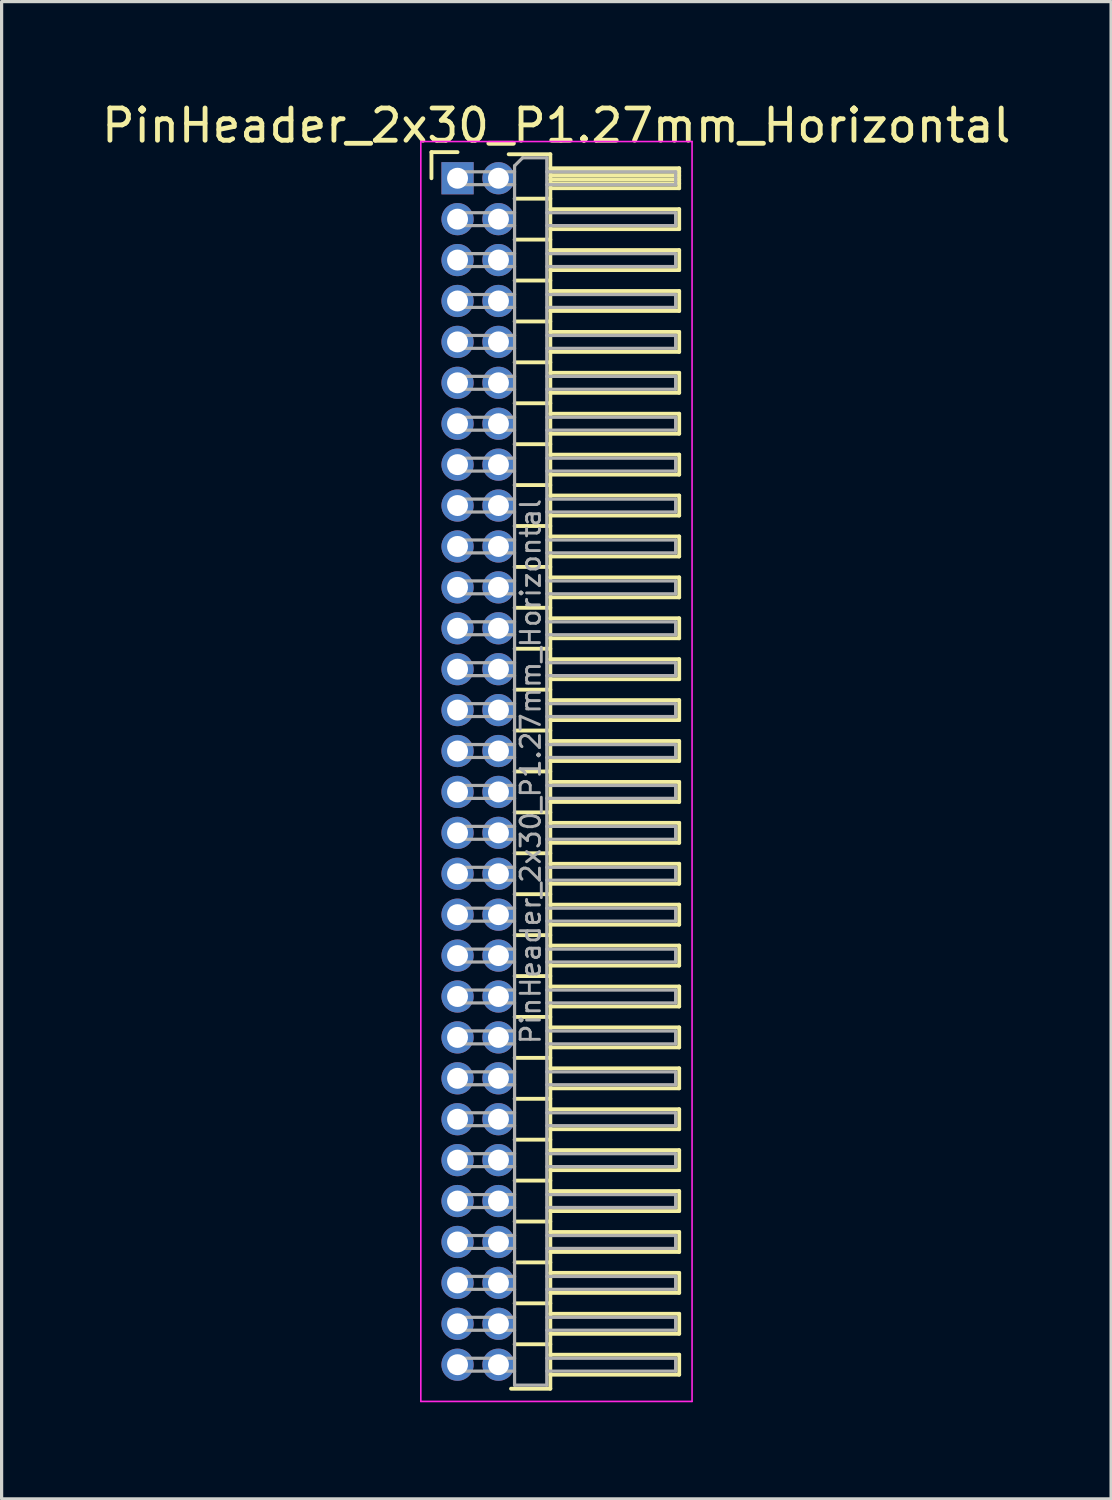
<source format=kicad_pcb>
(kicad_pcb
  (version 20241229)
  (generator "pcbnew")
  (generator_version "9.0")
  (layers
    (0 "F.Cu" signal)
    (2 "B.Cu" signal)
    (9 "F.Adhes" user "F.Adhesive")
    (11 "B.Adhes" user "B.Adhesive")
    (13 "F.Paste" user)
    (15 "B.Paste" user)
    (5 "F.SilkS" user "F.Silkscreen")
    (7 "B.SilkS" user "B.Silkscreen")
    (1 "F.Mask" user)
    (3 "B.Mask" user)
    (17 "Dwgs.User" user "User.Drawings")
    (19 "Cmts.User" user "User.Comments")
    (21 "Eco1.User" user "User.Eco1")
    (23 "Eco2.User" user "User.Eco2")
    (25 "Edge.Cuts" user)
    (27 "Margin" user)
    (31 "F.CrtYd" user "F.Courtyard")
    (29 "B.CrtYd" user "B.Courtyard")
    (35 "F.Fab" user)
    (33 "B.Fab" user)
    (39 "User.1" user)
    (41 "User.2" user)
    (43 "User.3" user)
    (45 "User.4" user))
  (footprint "PinHeader_2x30_P1.27mm_Horizontal"
    (layer "F.Cu")
    (at 11.153 2.483)
    (property "Reference" "PinHeader_2x30_P1.27mm_Horizontal" (at 3.067 -1.635 0) (layer "F.SilkS") (effects (font (size 1 1) (thickness 0.15))))
    (attr through_hole)
    (fp_line (start -0.81 -0.81) (end 0 -0.81) (stroke (width 0.12) (type solid)) (layer "F.SilkS"))
    (fp_line (start -0.81 0) (end -0.81 -0.81) (stroke (width 0.12) (type solid)) (layer "F.SilkS"))
    (fp_line (start 1.588 -0.745) (end 2.88 -0.745) (stroke (width 0.12) (type solid)) (layer "F.SilkS"))
    (fp_line (start 1.773 0.635) (end 2.88 0.635) (stroke (width 0.12) (type solid)) (layer "F.SilkS"))
    (fp_line (start 1.773 1.905) (end 2.88 1.905) (stroke (width 0.12) (type solid)) (layer "F.SilkS"))
    (fp_line (start 1.773 3.175) (end 2.88 3.175) (stroke (width 0.12) (type solid)) (layer "F.SilkS"))
    (fp_line (start 1.773 4.445) (end 2.88 4.445) (stroke (width 0.12) (type solid)) (layer "F.SilkS"))
    (fp_line (start 1.773 5.715) (end 2.88 5.715) (stroke (width 0.12) (type solid)) (layer "F.SilkS"))
    (fp_line (start 1.773 6.985) (end 2.88 6.985) (stroke (width 0.12) (type solid)) (layer "F.SilkS"))
    (fp_line (start 1.773 8.255) (end 2.88 8.255) (stroke (width 0.12) (type solid)) (layer "F.SilkS"))
    (fp_line (start 1.773 9.525) (end 2.88 9.525) (stroke (width 0.12) (type solid)) (layer "F.SilkS"))
    (fp_line (start 1.773 10.795) (end 2.88 10.795) (stroke (width 0.12) (type solid)) (layer "F.SilkS"))
    (fp_line (start 1.773 12.065) (end 2.88 12.065) (stroke (width 0.12) (type solid)) (layer "F.SilkS"))
    (fp_line (start 1.773 13.335) (end 2.88 13.335) (stroke (width 0.12) (type solid)) (layer "F.SilkS"))
    (fp_line (start 1.773 14.605) (end 2.88 14.605) (stroke (width 0.12) (type solid)) (layer "F.SilkS"))
    (fp_line (start 1.773 15.875) (end 2.88 15.875) (stroke (width 0.12) (type solid)) (layer "F.SilkS"))
    (fp_line (start 1.773 17.145) (end 2.88 17.145) (stroke (width 0.12) (type solid)) (layer "F.SilkS"))
    (fp_line (start 1.773 18.415) (end 2.88 18.415) (stroke (width 0.12) (type solid)) (layer "F.SilkS"))
    (fp_line (start 1.773 19.685) (end 2.88 19.685) (stroke (width 0.12) (type solid)) (layer "F.SilkS"))
    (fp_line (start 1.773 20.955) (end 2.88 20.955) (stroke (width 0.12) (type solid)) (layer "F.SilkS"))
    (fp_line (start 1.773 22.225) (end 2.88 22.225) (stroke (width 0.12) (type solid)) (layer "F.SilkS"))
    (fp_line (start 1.773 23.495) (end 2.88 23.495) (stroke (width 0.12) (type solid)) (layer "F.SilkS"))
    (fp_line (start 1.773 24.765) (end 2.88 24.765) (stroke (width 0.12) (type solid)) (layer "F.SilkS"))
    (fp_line (start 1.773 26.035) (end 2.88 26.035) (stroke (width 0.12) (type solid)) (layer "F.SilkS"))
    (fp_line (start 1.773 27.305) (end 2.88 27.305) (stroke (width 0.12) (type solid)) (layer "F.SilkS"))
    (fp_line (start 1.773 28.575) (end 2.88 28.575) (stroke (width 0.12) (type solid)) (layer "F.SilkS"))
    (fp_line (start 1.773 29.845) (end 2.88 29.845) (stroke (width 0.12) (type solid)) (layer "F.SilkS"))
    (fp_line (start 1.773 31.115) (end 2.88 31.115) (stroke (width 0.12) (type solid)) (layer "F.SilkS"))
    (fp_line (start 1.773 32.385) (end 2.88 32.385) (stroke (width 0.12) (type solid)) (layer "F.SilkS"))
    (fp_line (start 1.773 33.655) (end 2.88 33.655) (stroke (width 0.12) (type solid)) (layer "F.SilkS"))
    (fp_line (start 1.773 34.925) (end 2.88 34.925) (stroke (width 0.12) (type solid)) (layer "F.SilkS"))
    (fp_line (start 1.773 36.195) (end 2.88 36.195) (stroke (width 0.12) (type solid)) (layer "F.SilkS"))
    (fp_line (start 2.88 -0.745) (end 2.88 37.575) (stroke (width 0.12) (type solid)) (layer "F.SilkS"))
    (fp_line (start 2.88 -0.31) (end 6.88 -0.31) (stroke (width 0.12) (type solid)) (layer "F.SilkS"))
    (fp_line (start 2.88 -0.2) (end 6.88 -0.2) (stroke (width 0.12) (type solid)) (layer "F.SilkS"))
    (fp_line (start 2.88 -0.08) (end 6.88 -0.08) (stroke (width 0.12) (type solid)) (layer "F.SilkS"))
    (fp_line (start 2.88 0.04) (end 6.88 0.04) (stroke (width 0.12) (type solid)) (layer "F.SilkS"))
    (fp_line (start 2.88 0.16) (end 6.88 0.16) (stroke (width 0.12) (type solid)) (layer "F.SilkS"))
    (fp_line (start 2.88 0.96) (end 6.88 0.96) (stroke (width 0.12) (type solid)) (layer "F.SilkS"))
    (fp_line (start 2.88 2.23) (end 6.88 2.23) (stroke (width 0.12) (type solid)) (layer "F.SilkS"))
    (fp_line (start 2.88 3.5) (end 6.88 3.5) (stroke (width 0.12) (type solid)) (layer "F.SilkS"))
    (fp_line (start 2.88 4.77) (end 6.88 4.77) (stroke (width 0.12) (type solid)) (layer "F.SilkS"))
    (fp_line (start 2.88 6.04) (end 6.88 6.04) (stroke (width 0.12) (type solid)) (layer "F.SilkS"))
    (fp_line (start 2.88 7.31) (end 6.88 7.31) (stroke (width 0.12) (type solid)) (layer "F.SilkS"))
    (fp_line (start 2.88 8.58) (end 6.88 8.58) (stroke (width 0.12) (type solid)) (layer "F.SilkS"))
    (fp_line (start 2.88 9.85) (end 6.88 9.85) (stroke (width 0.12) (type solid)) (layer "F.SilkS"))
    (fp_line (start 2.88 11.12) (end 6.88 11.12) (stroke (width 0.12) (type solid)) (layer "F.SilkS"))
    (fp_line (start 2.88 12.39) (end 6.88 12.39) (stroke (width 0.12) (type solid)) (layer "F.SilkS"))
    (fp_line (start 2.88 13.66) (end 6.88 13.66) (stroke (width 0.12) (type solid)) (layer "F.SilkS"))
    (fp_line (start 2.88 14.93) (end 6.88 14.93) (stroke (width 0.12) (type solid)) (layer "F.SilkS"))
    (fp_line (start 2.88 16.2) (end 6.88 16.2) (stroke (width 0.12) (type solid)) (layer "F.SilkS"))
    (fp_line (start 2.88 17.47) (end 6.88 17.47) (stroke (width 0.12) (type solid)) (layer "F.SilkS"))
    (fp_line (start 2.88 18.74) (end 6.88 18.74) (stroke (width 0.12) (type solid)) (layer "F.SilkS"))
    (fp_line (start 2.88 20.01) (end 6.88 20.01) (stroke (width 0.12) (type solid)) (layer "F.SilkS"))
    (fp_line (start 2.88 21.28) (end 6.88 21.28) (stroke (width 0.12) (type solid)) (layer "F.SilkS"))
    (fp_line (start 2.88 22.55) (end 6.88 22.55) (stroke (width 0.12) (type solid)) (layer "F.SilkS"))
    (fp_line (start 2.88 23.82) (end 6.88 23.82) (stroke (width 0.12) (type solid)) (layer "F.SilkS"))
    (fp_line (start 2.88 25.09) (end 6.88 25.09) (stroke (width 0.12) (type solid)) (layer "F.SilkS"))
    (fp_line (start 2.88 26.36) (end 6.88 26.36) (stroke (width 0.12) (type solid)) (layer "F.SilkS"))
    (fp_line (start 2.88 27.63) (end 6.88 27.63) (stroke (width 0.12) (type solid)) (layer "F.SilkS"))
    (fp_line (start 2.88 28.9) (end 6.88 28.9) (stroke (width 0.12) (type solid)) (layer "F.SilkS"))
    (fp_line (start 2.88 30.17) (end 6.88 30.17) (stroke (width 0.12) (type solid)) (layer "F.SilkS"))
    (fp_line (start 2.88 31.44) (end 6.88 31.44) (stroke (width 0.12) (type solid)) (layer "F.SilkS"))
    (fp_line (start 2.88 32.71) (end 6.88 32.71) (stroke (width 0.12) (type solid)) (layer "F.SilkS"))
    (fp_line (start 2.88 33.98) (end 6.88 33.98) (stroke (width 0.12) (type solid)) (layer "F.SilkS"))
    (fp_line (start 2.88 35.25) (end 6.88 35.25) (stroke (width 0.12) (type solid)) (layer "F.SilkS"))
    (fp_line (start 2.88 36.52) (end 6.88 36.52) (stroke (width 0.12) (type solid)) (layer "F.SilkS"))
    (fp_line (start 2.88 37.575) (end 1.66 37.575) (stroke (width 0.12) (type solid)) (layer "F.SilkS"))
    (fp_line (start 6.88 -0.31) (end 6.88 0.31) (stroke (width 0.12) (type solid)) (layer "F.SilkS"))
    (fp_line (start 6.88 0.31) (end 2.88 0.31) (stroke (width 0.12) (type solid)) (layer "F.SilkS"))
    (fp_line (start 6.88 0.96) (end 6.88 1.58) (stroke (width 0.12) (type solid)) (layer "F.SilkS"))
    (fp_line (start 6.88 1.58) (end 2.88 1.58) (stroke (width 0.12) (type solid)) (layer "F.SilkS"))
    (fp_line (start 6.88 2.23) (end 6.88 2.85) (stroke (width 0.12) (type solid)) (layer "F.SilkS"))
    (fp_line (start 6.88 2.85) (end 2.88 2.85) (stroke (width 0.12) (type solid)) (layer "F.SilkS"))
    (fp_line (start 6.88 3.5) (end 6.88 4.12) (stroke (width 0.12) (type solid)) (layer "F.SilkS"))
    (fp_line (start 6.88 4.12) (end 2.88 4.12) (stroke (width 0.12) (type solid)) (layer "F.SilkS"))
    (fp_line (start 6.88 4.77) (end 6.88 5.39) (stroke (width 0.12) (type solid)) (layer "F.SilkS"))
    (fp_line (start 6.88 5.39) (end 2.88 5.39) (stroke (width 0.12) (type solid)) (layer "F.SilkS"))
    (fp_line (start 6.88 6.04) (end 6.88 6.66) (stroke (width 0.12) (type solid)) (layer "F.SilkS"))
    (fp_line (start 6.88 6.66) (end 2.88 6.66) (stroke (width 0.12) (type solid)) (layer "F.SilkS"))
    (fp_line (start 6.88 7.31) (end 6.88 7.93) (stroke (width 0.12) (type solid)) (layer "F.SilkS"))
    (fp_line (start 6.88 7.93) (end 2.88 7.93) (stroke (width 0.12) (type solid)) (layer "F.SilkS"))
    (fp_line (start 6.88 8.58) (end 6.88 9.2) (stroke (width 0.12) (type solid)) (layer "F.SilkS"))
    (fp_line (start 6.88 9.2) (end 2.88 9.2) (stroke (width 0.12) (type solid)) (layer "F.SilkS"))
    (fp_line (start 6.88 9.85) (end 6.88 10.47) (stroke (width 0.12) (type solid)) (layer "F.SilkS"))
    (fp_line (start 6.88 10.47) (end 2.88 10.47) (stroke (width 0.12) (type solid)) (layer "F.SilkS"))
    (fp_line (start 6.88 11.12) (end 6.88 11.74) (stroke (width 0.12) (type solid)) (layer "F.SilkS"))
    (fp_line (start 6.88 11.74) (end 2.88 11.74) (stroke (width 0.12) (type solid)) (layer "F.SilkS"))
    (fp_line (start 6.88 12.39) (end 6.88 13.01) (stroke (width 0.12) (type solid)) (layer "F.SilkS"))
    (fp_line (start 6.88 13.01) (end 2.88 13.01) (stroke (width 0.12) (type solid)) (layer "F.SilkS"))
    (fp_line (start 6.88 13.66) (end 6.88 14.28) (stroke (width 0.12) (type solid)) (layer "F.SilkS"))
    (fp_line (start 6.88 14.28) (end 2.88 14.28) (stroke (width 0.12) (type solid)) (layer "F.SilkS"))
    (fp_line (start 6.88 14.93) (end 6.88 15.55) (stroke (width 0.12) (type solid)) (layer "F.SilkS"))
    (fp_line (start 6.88 15.55) (end 2.88 15.55) (stroke (width 0.12) (type solid)) (layer "F.SilkS"))
    (fp_line (start 6.88 16.2) (end 6.88 16.82) (stroke (width 0.12) (type solid)) (layer "F.SilkS"))
    (fp_line (start 6.88 16.82) (end 2.88 16.82) (stroke (width 0.12) (type solid)) (layer "F.SilkS"))
    (fp_line (start 6.88 17.47) (end 6.88 18.09) (stroke (width 0.12) (type solid)) (layer "F.SilkS"))
    (fp_line (start 6.88 18.09) (end 2.88 18.09) (stroke (width 0.12) (type solid)) (layer "F.SilkS"))
    (fp_line (start 6.88 18.74) (end 6.88 19.36) (stroke (width 0.12) (type solid)) (layer "F.SilkS"))
    (fp_line (start 6.88 19.36) (end 2.88 19.36) (stroke (width 0.12) (type solid)) (layer "F.SilkS"))
    (fp_line (start 6.88 20.01) (end 6.88 20.63) (stroke (width 0.12) (type solid)) (layer "F.SilkS"))
    (fp_line (start 6.88 20.63) (end 2.88 20.63) (stroke (width 0.12) (type solid)) (layer "F.SilkS"))
    (fp_line (start 6.88 21.28) (end 6.88 21.9) (stroke (width 0.12) (type solid)) (layer "F.SilkS"))
    (fp_line (start 6.88 21.9) (end 2.88 21.9) (stroke (width 0.12) (type solid)) (layer "F.SilkS"))
    (fp_line (start 6.88 22.55) (end 6.88 23.17) (stroke (width 0.12) (type solid)) (layer "F.SilkS"))
    (fp_line (start 6.88 23.17) (end 2.88 23.17) (stroke (width 0.12) (type solid)) (layer "F.SilkS"))
    (fp_line (start 6.88 23.82) (end 6.88 24.44) (stroke (width 0.12) (type solid)) (layer "F.SilkS"))
    (fp_line (start 6.88 24.44) (end 2.88 24.44) (stroke (width 0.12) (type solid)) (layer "F.SilkS"))
    (fp_line (start 6.88 25.09) (end 6.88 25.71) (stroke (width 0.12) (type solid)) (layer "F.SilkS"))
    (fp_line (start 6.88 25.71) (end 2.88 25.71) (stroke (width 0.12) (type solid)) (layer "F.SilkS"))
    (fp_line (start 6.88 26.36) (end 6.88 26.98) (stroke (width 0.12) (type solid)) (layer "F.SilkS"))
    (fp_line (start 6.88 26.98) (end 2.88 26.98) (stroke (width 0.12) (type solid)) (layer "F.SilkS"))
    (fp_line (start 6.88 27.63) (end 6.88 28.25) (stroke (width 0.12) (type solid)) (layer "F.SilkS"))
    (fp_line (start 6.88 28.25) (end 2.88 28.25) (stroke (width 0.12) (type solid)) (layer "F.SilkS"))
    (fp_line (start 6.88 28.9) (end 6.88 29.52) (stroke (width 0.12) (type solid)) (layer "F.SilkS"))
    (fp_line (start 6.88 29.52) (end 2.88 29.52) (stroke (width 0.12) (type solid)) (layer "F.SilkS"))
    (fp_line (start 6.88 30.17) (end 6.88 30.79) (stroke (width 0.12) (type solid)) (layer "F.SilkS"))
    (fp_line (start 6.88 30.79) (end 2.88 30.79) (stroke (width 0.12) (type solid)) (layer "F.SilkS"))
    (fp_line (start 6.88 31.44) (end 6.88 32.06) (stroke (width 0.12) (type solid)) (layer "F.SilkS"))
    (fp_line (start 6.88 32.06) (end 2.88 32.06) (stroke (width 0.12) (type solid)) (layer "F.SilkS"))
    (fp_line (start 6.88 32.71) (end 6.88 33.33) (stroke (width 0.12) (type solid)) (layer "F.SilkS"))
    (fp_line (start 6.88 33.33) (end 2.88 33.33) (stroke (width 0.12) (type solid)) (layer "F.SilkS"))
    (fp_line (start 6.88 33.98) (end 6.88 34.6) (stroke (width 0.12) (type solid)) (layer "F.SilkS"))
    (fp_line (start 6.88 34.6) (end 2.88 34.6) (stroke (width 0.12) (type solid)) (layer "F.SilkS"))
    (fp_line (start 6.88 35.25) (end 6.88 35.87) (stroke (width 0.12) (type solid)) (layer "F.SilkS"))
    (fp_line (start 6.88 35.87) (end 2.88 35.87) (stroke (width 0.12) (type solid)) (layer "F.SilkS"))
    (fp_line (start 6.88 36.52) (end 6.88 37.14) (stroke (width 0.12) (type solid)) (layer "F.SilkS"))
    (fp_line (start 6.88 37.14) (end 2.88 37.14) (stroke (width 0.12) (type solid)) (layer "F.SilkS"))
    (fp_line (start -1.14 -1.14) (end -1.14 37.97) (stroke (width 0.05) (type solid)) (layer "F.CrtYd"))
    (fp_line (start -1.14 37.97) (end 7.28 37.97) (stroke (width 0.05) (type solid)) (layer "F.CrtYd"))
    (fp_line (start 7.28 -1.14) (end -1.14 -1.14) (stroke (width 0.05) (type solid)) (layer "F.CrtYd"))
    (fp_line (start 7.28 37.97) (end 7.28 -1.14) (stroke (width 0.05) (type solid)) (layer "F.CrtYd"))
    (fp_line (start -0.2 -0.2) (end -0.2 0.2) (stroke (width 0.1) (type solid)) (layer "F.Fab"))
    (fp_line (start -0.2 -0.2) (end 1.77 -0.2) (stroke (width 0.1) (type solid)) (layer "F.Fab"))
    (fp_line (start -0.2 0.2) (end 1.77 0.2) (stroke (width 0.1) (type solid)) (layer "F.Fab"))
    (fp_line (start -0.2 1.07) (end -0.2 1.47) (stroke (width 0.1) (type solid)) (layer "F.Fab"))
    (fp_line (start -0.2 1.07) (end 1.77 1.07) (stroke (width 0.1) (type solid)) (layer "F.Fab"))
    (fp_line (start -0.2 1.47) (end 1.77 1.47) (stroke (width 0.1) (type solid)) (layer "F.Fab"))
    (fp_line (start -0.2 2.34) (end -0.2 2.74) (stroke (width 0.1) (type solid)) (layer "F.Fab"))
    (fp_line (start -0.2 2.34) (end 1.77 2.34) (stroke (width 0.1) (type solid)) (layer "F.Fab"))
    (fp_line (start -0.2 2.74) (end 1.77 2.74) (stroke (width 0.1) (type solid)) (layer "F.Fab"))
    (fp_line (start -0.2 3.61) (end -0.2 4.01) (stroke (width 0.1) (type solid)) (layer "F.Fab"))
    (fp_line (start -0.2 3.61) (end 1.77 3.61) (stroke (width 0.1) (type solid)) (layer "F.Fab"))
    (fp_line (start -0.2 4.01) (end 1.77 4.01) (stroke (width 0.1) (type solid)) (layer "F.Fab"))
    (fp_line (start -0.2 4.88) (end -0.2 5.28) (stroke (width 0.1) (type solid)) (layer "F.Fab"))
    (fp_line (start -0.2 4.88) (end 1.77 4.88) (stroke (width 0.1) (type solid)) (layer "F.Fab"))
    (fp_line (start -0.2 5.28) (end 1.77 5.28) (stroke (width 0.1) (type solid)) (layer "F.Fab"))
    (fp_line (start -0.2 6.15) (end -0.2 6.55) (stroke (width 0.1) (type solid)) (layer "F.Fab"))
    (fp_line (start -0.2 6.15) (end 1.77 6.15) (stroke (width 0.1) (type solid)) (layer "F.Fab"))
    (fp_line (start -0.2 6.55) (end 1.77 6.55) (stroke (width 0.1) (type solid)) (layer "F.Fab"))
    (fp_line (start -0.2 7.42) (end -0.2 7.82) (stroke (width 0.1) (type solid)) (layer "F.Fab"))
    (fp_line (start -0.2 7.42) (end 1.77 7.42) (stroke (width 0.1) (type solid)) (layer "F.Fab"))
    (fp_line (start -0.2 7.82) (end 1.77 7.82) (stroke (width 0.1) (type solid)) (layer "F.Fab"))
    (fp_line (start -0.2 8.69) (end -0.2 9.09) (stroke (width 0.1) (type solid)) (layer "F.Fab"))
    (fp_line (start -0.2 8.69) (end 1.77 8.69) (stroke (width 0.1) (type solid)) (layer "F.Fab"))
    (fp_line (start -0.2 9.09) (end 1.77 9.09) (stroke (width 0.1) (type solid)) (layer "F.Fab"))
    (fp_line (start -0.2 9.96) (end -0.2 10.36) (stroke (width 0.1) (type solid)) (layer "F.Fab"))
    (fp_line (start -0.2 9.96) (end 1.77 9.96) (stroke (width 0.1) (type solid)) (layer "F.Fab"))
    (fp_line (start -0.2 10.36) (end 1.77 10.36) (stroke (width 0.1) (type solid)) (layer "F.Fab"))
    (fp_line (start -0.2 11.23) (end -0.2 11.63) (stroke (width 0.1) (type solid)) (layer "F.Fab"))
    (fp_line (start -0.2 11.23) (end 1.77 11.23) (stroke (width 0.1) (type solid)) (layer "F.Fab"))
    (fp_line (start -0.2 11.63) (end 1.77 11.63) (stroke (width 0.1) (type solid)) (layer "F.Fab"))
    (fp_line (start -0.2 12.5) (end -0.2 12.9) (stroke (width 0.1) (type solid)) (layer "F.Fab"))
    (fp_line (start -0.2 12.5) (end 1.77 12.5) (stroke (width 0.1) (type solid)) (layer "F.Fab"))
    (fp_line (start -0.2 12.9) (end 1.77 12.9) (stroke (width 0.1) (type solid)) (layer "F.Fab"))
    (fp_line (start -0.2 13.77) (end -0.2 14.17) (stroke (width 0.1) (type solid)) (layer "F.Fab"))
    (fp_line (start -0.2 13.77) (end 1.77 13.77) (stroke (width 0.1) (type solid)) (layer "F.Fab"))
    (fp_line (start -0.2 14.17) (end 1.77 14.17) (stroke (width 0.1) (type solid)) (layer "F.Fab"))
    (fp_line (start -0.2 15.04) (end -0.2 15.44) (stroke (width 0.1) (type solid)) (layer "F.Fab"))
    (fp_line (start -0.2 15.04) (end 1.77 15.04) (stroke (width 0.1) (type solid)) (layer "F.Fab"))
    (fp_line (start -0.2 15.44) (end 1.77 15.44) (stroke (width 0.1) (type solid)) (layer "F.Fab"))
    (fp_line (start -0.2 16.31) (end -0.2 16.71) (stroke (width 0.1) (type solid)) (layer "F.Fab"))
    (fp_line (start -0.2 16.31) (end 1.77 16.31) (stroke (width 0.1) (type solid)) (layer "F.Fab"))
    (fp_line (start -0.2 16.71) (end 1.77 16.71) (stroke (width 0.1) (type solid)) (layer "F.Fab"))
    (fp_line (start -0.2 17.58) (end -0.2 17.98) (stroke (width 0.1) (type solid)) (layer "F.Fab"))
    (fp_line (start -0.2 17.58) (end 1.77 17.58) (stroke (width 0.1) (type solid)) (layer "F.Fab"))
    (fp_line (start -0.2 17.98) (end 1.77 17.98) (stroke (width 0.1) (type solid)) (layer "F.Fab"))
    (fp_line (start -0.2 18.85) (end -0.2 19.25) (stroke (width 0.1) (type solid)) (layer "F.Fab"))
    (fp_line (start -0.2 18.85) (end 1.77 18.85) (stroke (width 0.1) (type solid)) (layer "F.Fab"))
    (fp_line (start -0.2 19.25) (end 1.77 19.25) (stroke (width 0.1) (type solid)) (layer "F.Fab"))
    (fp_line (start -0.2 20.12) (end -0.2 20.52) (stroke (width 0.1) (type solid)) (layer "F.Fab"))
    (fp_line (start -0.2 20.12) (end 1.77 20.12) (stroke (width 0.1) (type solid)) (layer "F.Fab"))
    (fp_line (start -0.2 20.52) (end 1.77 20.52) (stroke (width 0.1) (type solid)) (layer "F.Fab"))
    (fp_line (start -0.2 21.39) (end -0.2 21.79) (stroke (width 0.1) (type solid)) (layer "F.Fab"))
    (fp_line (start -0.2 21.39) (end 1.77 21.39) (stroke (width 0.1) (type solid)) (layer "F.Fab"))
    (fp_line (start -0.2 21.79) (end 1.77 21.79) (stroke (width 0.1) (type solid)) (layer "F.Fab"))
    (fp_line (start -0.2 22.66) (end -0.2 23.06) (stroke (width 0.1) (type solid)) (layer "F.Fab"))
    (fp_line (start -0.2 22.66) (end 1.77 22.66) (stroke (width 0.1) (type solid)) (layer "F.Fab"))
    (fp_line (start -0.2 23.06) (end 1.77 23.06) (stroke (width 0.1) (type solid)) (layer "F.Fab"))
    (fp_line (start -0.2 23.93) (end -0.2 24.33) (stroke (width 0.1) (type solid)) (layer "F.Fab"))
    (fp_line (start -0.2 23.93) (end 1.77 23.93) (stroke (width 0.1) (type solid)) (layer "F.Fab"))
    (fp_line (start -0.2 24.33) (end 1.77 24.33) (stroke (width 0.1) (type solid)) (layer "F.Fab"))
    (fp_line (start -0.2 25.2) (end -0.2 25.6) (stroke (width 0.1) (type solid)) (layer "F.Fab"))
    (fp_line (start -0.2 25.2) (end 1.77 25.2) (stroke (width 0.1) (type solid)) (layer "F.Fab"))
    (fp_line (start -0.2 25.6) (end 1.77 25.6) (stroke (width 0.1) (type solid)) (layer "F.Fab"))
    (fp_line (start -0.2 26.47) (end -0.2 26.87) (stroke (width 0.1) (type solid)) (layer "F.Fab"))
    (fp_line (start -0.2 26.47) (end 1.77 26.47) (stroke (width 0.1) (type solid)) (layer "F.Fab"))
    (fp_line (start -0.2 26.87) (end 1.77 26.87) (stroke (width 0.1) (type solid)) (layer "F.Fab"))
    (fp_line (start -0.2 27.74) (end -0.2 28.14) (stroke (width 0.1) (type solid)) (layer "F.Fab"))
    (fp_line (start -0.2 27.74) (end 1.77 27.74) (stroke (width 0.1) (type solid)) (layer "F.Fab"))
    (fp_line (start -0.2 28.14) (end 1.77 28.14) (stroke (width 0.1) (type solid)) (layer "F.Fab"))
    (fp_line (start -0.2 29.01) (end -0.2 29.41) (stroke (width 0.1) (type solid)) (layer "F.Fab"))
    (fp_line (start -0.2 29.01) (end 1.77 29.01) (stroke (width 0.1) (type solid)) (layer "F.Fab"))
    (fp_line (start -0.2 29.41) (end 1.77 29.41) (stroke (width 0.1) (type solid)) (layer "F.Fab"))
    (fp_line (start -0.2 30.28) (end -0.2 30.68) (stroke (width 0.1) (type solid)) (layer "F.Fab"))
    (fp_line (start -0.2 30.28) (end 1.77 30.28) (stroke (width 0.1) (type solid)) (layer "F.Fab"))
    (fp_line (start -0.2 30.68) (end 1.77 30.68) (stroke (width 0.1) (type solid)) (layer "F.Fab"))
    (fp_line (start -0.2 31.55) (end -0.2 31.95) (stroke (width 0.1) (type solid)) (layer "F.Fab"))
    (fp_line (start -0.2 31.55) (end 1.77 31.55) (stroke (width 0.1) (type solid)) (layer "F.Fab"))
    (fp_line (start -0.2 31.95) (end 1.77 31.95) (stroke (width 0.1) (type solid)) (layer "F.Fab"))
    (fp_line (start -0.2 32.82) (end -0.2 33.22) (stroke (width 0.1) (type solid)) (layer "F.Fab"))
    (fp_line (start -0.2 32.82) (end 1.77 32.82) (stroke (width 0.1) (type solid)) (layer "F.Fab"))
    (fp_line (start -0.2 33.22) (end 1.77 33.22) (stroke (width 0.1) (type solid)) (layer "F.Fab"))
    (fp_line (start -0.2 34.09) (end -0.2 34.49) (stroke (width 0.1) (type solid)) (layer "F.Fab"))
    (fp_line (start -0.2 34.09) (end 1.77 34.09) (stroke (width 0.1) (type solid)) (layer "F.Fab"))
    (fp_line (start -0.2 34.49) (end 1.77 34.49) (stroke (width 0.1) (type solid)) (layer "F.Fab"))
    (fp_line (start -0.2 35.36) (end -0.2 35.76) (stroke (width 0.1) (type solid)) (layer "F.Fab"))
    (fp_line (start -0.2 35.36) (end 1.77 35.36) (stroke (width 0.1) (type solid)) (layer "F.Fab"))
    (fp_line (start -0.2 35.76) (end 1.77 35.76) (stroke (width 0.1) (type solid)) (layer "F.Fab"))
    (fp_line (start -0.2 36.63) (end -0.2 37.03) (stroke (width 0.1) (type solid)) (layer "F.Fab"))
    (fp_line (start -0.2 36.63) (end 1.77 36.63) (stroke (width 0.1) (type solid)) (layer "F.Fab"))
    (fp_line (start -0.2 37.03) (end 1.77 37.03) (stroke (width 0.1) (type solid)) (layer "F.Fab"))
    (fp_line (start 1.77 -0.385) (end 2.02 -0.635) (stroke (width 0.1) (type solid)) (layer "F.Fab"))
    (fp_line (start 1.77 37.465) (end 1.77 -0.385) (stroke (width 0.1) (type solid)) (layer "F.Fab"))
    (fp_line (start 2.02 -0.635) (end 2.77 -0.635) (stroke (width 0.1) (type solid)) (layer "F.Fab"))
    (fp_line (start 2.77 -0.635) (end 2.77 37.465) (stroke (width 0.1) (type solid)) (layer "F.Fab"))
    (fp_line (start 2.77 -0.2) (end 6.77 -0.2) (stroke (width 0.1) (type solid)) (layer "F.Fab"))
    (fp_line (start 2.77 0.2) (end 6.77 0.2) (stroke (width 0.1) (type solid)) (layer "F.Fab"))
    (fp_line (start 2.77 1.07) (end 6.77 1.07) (stroke (width 0.1) (type solid)) (layer "F.Fab"))
    (fp_line (start 2.77 1.47) (end 6.77 1.47) (stroke (width 0.1) (type solid)) (layer "F.Fab"))
    (fp_line (start 2.77 2.34) (end 6.77 2.34) (stroke (width 0.1) (type solid)) (layer "F.Fab"))
    (fp_line (start 2.77 2.74) (end 6.77 2.74) (stroke (width 0.1) (type solid)) (layer "F.Fab"))
    (fp_line (start 2.77 3.61) (end 6.77 3.61) (stroke (width 0.1) (type solid)) (layer "F.Fab"))
    (fp_line (start 2.77 4.01) (end 6.77 4.01) (stroke (width 0.1) (type solid)) (layer "F.Fab"))
    (fp_line (start 2.77 4.88) (end 6.77 4.88) (stroke (width 0.1) (type solid)) (layer "F.Fab"))
    (fp_line (start 2.77 5.28) (end 6.77 5.28) (stroke (width 0.1) (type solid)) (layer "F.Fab"))
    (fp_line (start 2.77 6.15) (end 6.77 6.15) (stroke (width 0.1) (type solid)) (layer "F.Fab"))
    (fp_line (start 2.77 6.55) (end 6.77 6.55) (stroke (width 0.1) (type solid)) (layer "F.Fab"))
    (fp_line (start 2.77 7.42) (end 6.77 7.42) (stroke (width 0.1) (type solid)) (layer "F.Fab"))
    (fp_line (start 2.77 7.82) (end 6.77 7.82) (stroke (width 0.1) (type solid)) (layer "F.Fab"))
    (fp_line (start 2.77 8.69) (end 6.77 8.69) (stroke (width 0.1) (type solid)) (layer "F.Fab"))
    (fp_line (start 2.77 9.09) (end 6.77 9.09) (stroke (width 0.1) (type solid)) (layer "F.Fab"))
    (fp_line (start 2.77 9.96) (end 6.77 9.96) (stroke (width 0.1) (type solid)) (layer "F.Fab"))
    (fp_line (start 2.77 10.36) (end 6.77 10.36) (stroke (width 0.1) (type solid)) (layer "F.Fab"))
    (fp_line (start 2.77 11.23) (end 6.77 11.23) (stroke (width 0.1) (type solid)) (layer "F.Fab"))
    (fp_line (start 2.77 11.63) (end 6.77 11.63) (stroke (width 0.1) (type solid)) (layer "F.Fab"))
    (fp_line (start 2.77 12.5) (end 6.77 12.5) (stroke (width 0.1) (type solid)) (layer "F.Fab"))
    (fp_line (start 2.77 12.9) (end 6.77 12.9) (stroke (width 0.1) (type solid)) (layer "F.Fab"))
    (fp_line (start 2.77 13.77) (end 6.77 13.77) (stroke (width 0.1) (type solid)) (layer "F.Fab"))
    (fp_line (start 2.77 14.17) (end 6.77 14.17) (stroke (width 0.1) (type solid)) (layer "F.Fab"))
    (fp_line (start 2.77 15.04) (end 6.77 15.04) (stroke (width 0.1) (type solid)) (layer "F.Fab"))
    (fp_line (start 2.77 15.44) (end 6.77 15.44) (stroke (width 0.1) (type solid)) (layer "F.Fab"))
    (fp_line (start 2.77 16.31) (end 6.77 16.31) (stroke (width 0.1) (type solid)) (layer "F.Fab"))
    (fp_line (start 2.77 16.71) (end 6.77 16.71) (stroke (width 0.1) (type solid)) (layer "F.Fab"))
    (fp_line (start 2.77 17.58) (end 6.77 17.58) (stroke (width 0.1) (type solid)) (layer "F.Fab"))
    (fp_line (start 2.77 17.98) (end 6.77 17.98) (stroke (width 0.1) (type solid)) (layer "F.Fab"))
    (fp_line (start 2.77 18.85) (end 6.77 18.85) (stroke (width 0.1) (type solid)) (layer "F.Fab"))
    (fp_line (start 2.77 19.25) (end 6.77 19.25) (stroke (width 0.1) (type solid)) (layer "F.Fab"))
    (fp_line (start 2.77 20.12) (end 6.77 20.12) (stroke (width 0.1) (type solid)) (layer "F.Fab"))
    (fp_line (start 2.77 20.52) (end 6.77 20.52) (stroke (width 0.1) (type solid)) (layer "F.Fab"))
    (fp_line (start 2.77 21.39) (end 6.77 21.39) (stroke (width 0.1) (type solid)) (layer "F.Fab"))
    (fp_line (start 2.77 21.79) (end 6.77 21.79) (stroke (width 0.1) (type solid)) (layer "F.Fab"))
    (fp_line (start 2.77 22.66) (end 6.77 22.66) (stroke (width 0.1) (type solid)) (layer "F.Fab"))
    (fp_line (start 2.77 23.06) (end 6.77 23.06) (stroke (width 0.1) (type solid)) (layer "F.Fab"))
    (fp_line (start 2.77 23.93) (end 6.77 23.93) (stroke (width 0.1) (type solid)) (layer "F.Fab"))
    (fp_line (start 2.77 24.33) (end 6.77 24.33) (stroke (width 0.1) (type solid)) (layer "F.Fab"))
    (fp_line (start 2.77 25.2) (end 6.77 25.2) (stroke (width 0.1) (type solid)) (layer "F.Fab"))
    (fp_line (start 2.77 25.6) (end 6.77 25.6) (stroke (width 0.1) (type solid)) (layer "F.Fab"))
    (fp_line (start 2.77 26.47) (end 6.77 26.47) (stroke (width 0.1) (type solid)) (layer "F.Fab"))
    (fp_line (start 2.77 26.87) (end 6.77 26.87) (stroke (width 0.1) (type solid)) (layer "F.Fab"))
    (fp_line (start 2.77 27.74) (end 6.77 27.74) (stroke (width 0.1) (type solid)) (layer "F.Fab"))
    (fp_line (start 2.77 28.14) (end 6.77 28.14) (stroke (width 0.1) (type solid)) (layer "F.Fab"))
    (fp_line (start 2.77 29.01) (end 6.77 29.01) (stroke (width 0.1) (type solid)) (layer "F.Fab"))
    (fp_line (start 2.77 29.41) (end 6.77 29.41) (stroke (width 0.1) (type solid)) (layer "F.Fab"))
    (fp_line (start 2.77 30.28) (end 6.77 30.28) (stroke (width 0.1) (type solid)) (layer "F.Fab"))
    (fp_line (start 2.77 30.68) (end 6.77 30.68) (stroke (width 0.1) (type solid)) (layer "F.Fab"))
    (fp_line (start 2.77 31.55) (end 6.77 31.55) (stroke (width 0.1) (type solid)) (layer "F.Fab"))
    (fp_line (start 2.77 31.95) (end 6.77 31.95) (stroke (width 0.1) (type solid)) (layer "F.Fab"))
    (fp_line (start 2.77 32.82) (end 6.77 32.82) (stroke (width 0.1) (type solid)) (layer "F.Fab"))
    (fp_line (start 2.77 33.22) (end 6.77 33.22) (stroke (width 0.1) (type solid)) (layer "F.Fab"))
    (fp_line (start 2.77 34.09) (end 6.77 34.09) (stroke (width 0.1) (type solid)) (layer "F.Fab"))
    (fp_line (start 2.77 34.49) (end 6.77 34.49) (stroke (width 0.1) (type solid)) (layer "F.Fab"))
    (fp_line (start 2.77 35.36) (end 6.77 35.36) (stroke (width 0.1) (type solid)) (layer "F.Fab"))
    (fp_line (start 2.77 35.76) (end 6.77 35.76) (stroke (width 0.1) (type solid)) (layer "F.Fab"))
    (fp_line (start 2.77 36.63) (end 6.77 36.63) (stroke (width 0.1) (type solid)) (layer "F.Fab"))
    (fp_line (start 2.77 37.03) (end 6.77 37.03) (stroke (width 0.1) (type solid)) (layer "F.Fab"))
    (fp_line (start 2.77 37.465) (end 1.77 37.465) (stroke (width 0.1) (type solid)) (layer "F.Fab"))
    (fp_line (start 6.77 -0.2) (end 6.77 0.2) (stroke (width 0.1) (type solid)) (layer "F.Fab"))
    (fp_line (start 6.77 1.07) (end 6.77 1.47) (stroke (width 0.1) (type solid)) (layer "F.Fab"))
    (fp_line (start 6.77 2.34) (end 6.77 2.74) (stroke (width 0.1) (type solid)) (layer "F.Fab"))
    (fp_line (start 6.77 3.61) (end 6.77 4.01) (stroke (width 0.1) (type solid)) (layer "F.Fab"))
    (fp_line (start 6.77 4.88) (end 6.77 5.28) (stroke (width 0.1) (type solid)) (layer "F.Fab"))
    (fp_line (start 6.77 6.15) (end 6.77 6.55) (stroke (width 0.1) (type solid)) (layer "F.Fab"))
    (fp_line (start 6.77 7.42) (end 6.77 7.82) (stroke (width 0.1) (type solid)) (layer "F.Fab"))
    (fp_line (start 6.77 8.69) (end 6.77 9.09) (stroke (width 0.1) (type solid)) (layer "F.Fab"))
    (fp_line (start 6.77 9.96) (end 6.77 10.36) (stroke (width 0.1) (type solid)) (layer "F.Fab"))
    (fp_line (start 6.77 11.23) (end 6.77 11.63) (stroke (width 0.1) (type solid)) (layer "F.Fab"))
    (fp_line (start 6.77 12.5) (end 6.77 12.9) (stroke (width 0.1) (type solid)) (layer "F.Fab"))
    (fp_line (start 6.77 13.77) (end 6.77 14.17) (stroke (width 0.1) (type solid)) (layer "F.Fab"))
    (fp_line (start 6.77 15.04) (end 6.77 15.44) (stroke (width 0.1) (type solid)) (layer "F.Fab"))
    (fp_line (start 6.77 16.31) (end 6.77 16.71) (stroke (width 0.1) (type solid)) (layer "F.Fab"))
    (fp_line (start 6.77 17.58) (end 6.77 17.98) (stroke (width 0.1) (type solid)) (layer "F.Fab"))
    (fp_line (start 6.77 18.85) (end 6.77 19.25) (stroke (width 0.1) (type solid)) (layer "F.Fab"))
    (fp_line (start 6.77 20.12) (end 6.77 20.52) (stroke (width 0.1) (type solid)) (layer "F.Fab"))
    (fp_line (start 6.77 21.39) (end 6.77 21.79) (stroke (width 0.1) (type solid)) (layer "F.Fab"))
    (fp_line (start 6.77 22.66) (end 6.77 23.06) (stroke (width 0.1) (type solid)) (layer "F.Fab"))
    (fp_line (start 6.77 23.93) (end 6.77 24.33) (stroke (width 0.1) (type solid)) (layer "F.Fab"))
    (fp_line (start 6.77 25.2) (end 6.77 25.6) (stroke (width 0.1) (type solid)) (layer "F.Fab"))
    (fp_line (start 6.77 26.47) (end 6.77 26.87) (stroke (width 0.1) (type solid)) (layer "F.Fab"))
    (fp_line (start 6.77 27.74) (end 6.77 28.14) (stroke (width 0.1) (type solid)) (layer "F.Fab"))
    (fp_line (start 6.77 29.01) (end 6.77 29.41) (stroke (width 0.1) (type solid)) (layer "F.Fab"))
    (fp_line (start 6.77 30.28) (end 6.77 30.68) (stroke (width 0.1) (type solid)) (layer "F.Fab"))
    (fp_line (start 6.77 31.55) (end 6.77 31.95) (stroke (width 0.1) (type solid)) (layer "F.Fab"))
    (fp_line (start 6.77 32.82) (end 6.77 33.22) (stroke (width 0.1) (type solid)) (layer "F.Fab"))
    (fp_line (start 6.77 34.09) (end 6.77 34.49) (stroke (width 0.1) (type solid)) (layer "F.Fab"))
    (fp_line (start 6.77 35.36) (end 6.77 35.76) (stroke (width 0.1) (type solid)) (layer "F.Fab"))
    (fp_line (start 6.77 36.63) (end 6.77 37.03) (stroke (width 0.1) (type solid)) (layer "F.Fab"))
    (fp_text user "${REFERENCE}" (at 2.27 18.415 90) (layer "F.Fab") (effects (font (size 0.6 0.6) (thickness 0.09))))
    (pad "1" thru_hole rect (at 0 0) (size 1 1) (drill 0.65) (layers "*.Cu" "*.Mask"))
    (pad "2" thru_hole circle (at 1.27 0) (size 1 1) (drill 0.65) (layers "*.Cu" "*.Mask"))
    (pad "3" thru_hole circle (at 0 1.27) (size 1 1) (drill 0.65) (layers "*.Cu" "*.Mask"))
    (pad "4" thru_hole circle (at 1.27 1.27) (size 1 1) (drill 0.65) (layers "*.Cu" "*.Mask"))
    (pad "5" thru_hole circle (at 0 2.54) (size 1 1) (drill 0.65) (layers "*.Cu" "*.Mask"))
    (pad "6" thru_hole circle (at 1.27 2.54) (size 1 1) (drill 0.65) (layers "*.Cu" "*.Mask"))
    (pad "7" thru_hole circle (at 0 3.81) (size 1 1) (drill 0.65) (layers "*.Cu" "*.Mask"))
    (pad "8" thru_hole circle (at 1.27 3.81) (size 1 1) (drill 0.65) (layers "*.Cu" "*.Mask"))
    (pad "9" thru_hole circle (at 0 5.08) (size 1 1) (drill 0.65) (layers "*.Cu" "*.Mask"))
    (pad "10" thru_hole circle (at 1.27 5.08) (size 1 1) (drill 0.65) (layers "*.Cu" "*.Mask"))
    (pad "11" thru_hole circle (at 0 6.35) (size 1 1) (drill 0.65) (layers "*.Cu" "*.Mask"))
    (pad "12" thru_hole circle (at 1.27 6.35) (size 1 1) (drill 0.65) (layers "*.Cu" "*.Mask"))
    (pad "13" thru_hole circle (at 0 7.62) (size 1 1) (drill 0.65) (layers "*.Cu" "*.Mask"))
    (pad "14" thru_hole circle (at 1.27 7.62) (size 1 1) (drill 0.65) (layers "*.Cu" "*.Mask"))
    (pad "15" thru_hole circle (at 0 8.89) (size 1 1) (drill 0.65) (layers "*.Cu" "*.Mask"))
    (pad "16" thru_hole circle (at 1.27 8.89) (size 1 1) (drill 0.65) (layers "*.Cu" "*.Mask"))
    (pad "17" thru_hole circle (at 0 10.16) (size 1 1) (drill 0.65) (layers "*.Cu" "*.Mask"))
    (pad "18" thru_hole circle (at 1.27 10.16) (size 1 1) (drill 0.65) (layers "*.Cu" "*.Mask"))
    (pad "19" thru_hole circle (at 0 11.43) (size 1 1) (drill 0.65) (layers "*.Cu" "*.Mask"))
    (pad "20" thru_hole circle (at 1.27 11.43) (size 1 1) (drill 0.65) (layers "*.Cu" "*.Mask"))
    (pad "21" thru_hole circle (at 0 12.7) (size 1 1) (drill 0.65) (layers "*.Cu" "*.Mask"))
    (pad "22" thru_hole circle (at 1.27 12.7) (size 1 1) (drill 0.65) (layers "*.Cu" "*.Mask"))
    (pad "23" thru_hole circle (at 0 13.97) (size 1 1) (drill 0.65) (layers "*.Cu" "*.Mask"))
    (pad "24" thru_hole circle (at 1.27 13.97) (size 1 1) (drill 0.65) (layers "*.Cu" "*.Mask"))
    (pad "25" thru_hole circle (at 0 15.24) (size 1 1) (drill 0.65) (layers "*.Cu" "*.Mask"))
    (pad "26" thru_hole circle (at 1.27 15.24) (size 1 1) (drill 0.65) (layers "*.Cu" "*.Mask"))
    (pad "27" thru_hole circle (at 0 16.51) (size 1 1) (drill 0.65) (layers "*.Cu" "*.Mask"))
    (pad "28" thru_hole circle (at 1.27 16.51) (size 1 1) (drill 0.65) (layers "*.Cu" "*.Mask"))
    (pad "29" thru_hole circle (at 0 17.78) (size 1 1) (drill 0.65) (layers "*.Cu" "*.Mask"))
    (pad "30" thru_hole circle (at 1.27 17.78) (size 1 1) (drill 0.65) (layers "*.Cu" "*.Mask"))
    (pad "31" thru_hole circle (at 0 19.05) (size 1 1) (drill 0.65) (layers "*.Cu" "*.Mask"))
    (pad "32" thru_hole circle (at 1.27 19.05) (size 1 1) (drill 0.65) (layers "*.Cu" "*.Mask"))
    (pad "33" thru_hole circle (at 0 20.32) (size 1 1) (drill 0.65) (layers "*.Cu" "*.Mask"))
    (pad "34" thru_hole circle (at 1.27 20.32) (size 1 1) (drill 0.65) (layers "*.Cu" "*.Mask"))
    (pad "35" thru_hole circle (at 0 21.59) (size 1 1) (drill 0.65) (layers "*.Cu" "*.Mask"))
    (pad "36" thru_hole circle (at 1.27 21.59) (size 1 1) (drill 0.65) (layers "*.Cu" "*.Mask"))
    (pad "37" thru_hole circle (at 0 22.86) (size 1 1) (drill 0.65) (layers "*.Cu" "*.Mask"))
    (pad "38" thru_hole circle (at 1.27 22.86) (size 1 1) (drill 0.65) (layers "*.Cu" "*.Mask"))
    (pad "39" thru_hole circle (at 0 24.13) (size 1 1) (drill 0.65) (layers "*.Cu" "*.Mask"))
    (pad "40" thru_hole circle (at 1.27 24.13) (size 1 1) (drill 0.65) (layers "*.Cu" "*.Mask"))
    (pad "41" thru_hole circle (at 0 25.4) (size 1 1) (drill 0.65) (layers "*.Cu" "*.Mask"))
    (pad "42" thru_hole circle (at 1.27 25.4) (size 1 1) (drill 0.65) (layers "*.Cu" "*.Mask"))
    (pad "43" thru_hole circle (at 0 26.67) (size 1 1) (drill 0.65) (layers "*.Cu" "*.Mask"))
    (pad "44" thru_hole circle (at 1.27 26.67) (size 1 1) (drill 0.65) (layers "*.Cu" "*.Mask"))
    (pad "45" thru_hole circle (at 0 27.94) (size 1 1) (drill 0.65) (layers "*.Cu" "*.Mask"))
    (pad "46" thru_hole circle (at 1.27 27.94) (size 1 1) (drill 0.65) (layers "*.Cu" "*.Mask"))
    (pad "47" thru_hole circle (at 0 29.21) (size 1 1) (drill 0.65) (layers "*.Cu" "*.Mask"))
    (pad "48" thru_hole circle (at 1.27 29.21) (size 1 1) (drill 0.65) (layers "*.Cu" "*.Mask"))
    (pad "49" thru_hole circle (at 0 30.48) (size 1 1) (drill 0.65) (layers "*.Cu" "*.Mask"))
    (pad "50" thru_hole circle (at 1.27 30.48) (size 1 1) (drill 0.65) (layers "*.Cu" "*.Mask"))
    (pad "51" thru_hole circle (at 0 31.75) (size 1 1) (drill 0.65) (layers "*.Cu" "*.Mask"))
    (pad "52" thru_hole circle (at 1.27 31.75) (size 1 1) (drill 0.65) (layers "*.Cu" "*.Mask"))
    (pad "53" thru_hole circle (at 0 33.02) (size 1 1) (drill 0.65) (layers "*.Cu" "*.Mask"))
    (pad "54" thru_hole circle (at 1.27 33.02) (size 1 1) (drill 0.65) (layers "*.Cu" "*.Mask"))
    (pad "55" thru_hole circle (at 0 34.29) (size 1 1) (drill 0.65) (layers "*.Cu" "*.Mask"))
    (pad "56" thru_hole circle (at 1.27 34.29) (size 1 1) (drill 0.65) (layers "*.Cu" "*.Mask"))
    (pad "57" thru_hole circle (at 0 35.56) (size 1 1) (drill 0.65) (layers "*.Cu" "*.Mask"))
    (pad "58" thru_hole circle (at 1.27 35.56) (size 1 1) (drill 0.65) (layers "*.Cu" "*.Mask"))
    (pad "59" thru_hole circle (at 0 36.83) (size 1 1) (drill 0.65) (layers "*.Cu" "*.Mask"))
    (pad "60" thru_hole circle (at 1.27 36.83) (size 1 1) (drill 0.65) (layers "*.Cu" "*.Mask")))
  (gr_rect
    (start -3 -3)
    (end 31.44 43.478)
    (stroke (width 0.1) (type default))
    (fill no)
    (layer "Edge.Cuts")))
</source>
